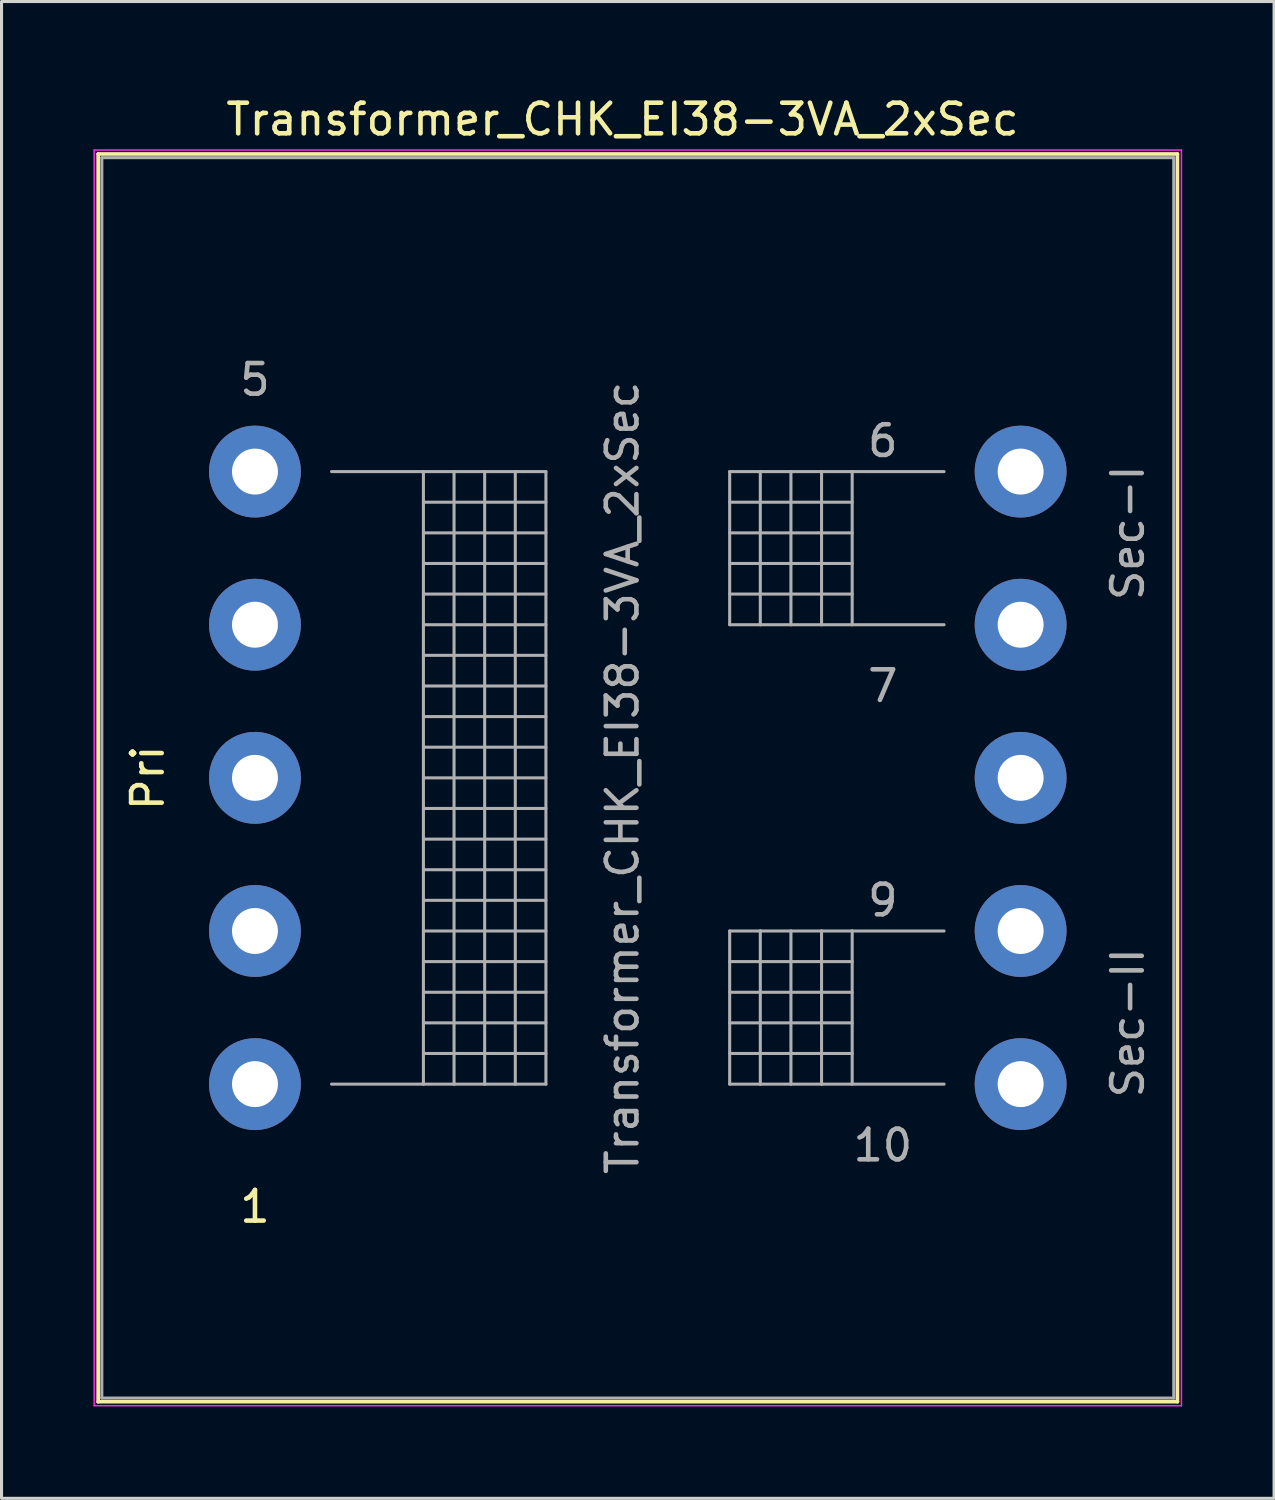
<source format=kicad_pcb>
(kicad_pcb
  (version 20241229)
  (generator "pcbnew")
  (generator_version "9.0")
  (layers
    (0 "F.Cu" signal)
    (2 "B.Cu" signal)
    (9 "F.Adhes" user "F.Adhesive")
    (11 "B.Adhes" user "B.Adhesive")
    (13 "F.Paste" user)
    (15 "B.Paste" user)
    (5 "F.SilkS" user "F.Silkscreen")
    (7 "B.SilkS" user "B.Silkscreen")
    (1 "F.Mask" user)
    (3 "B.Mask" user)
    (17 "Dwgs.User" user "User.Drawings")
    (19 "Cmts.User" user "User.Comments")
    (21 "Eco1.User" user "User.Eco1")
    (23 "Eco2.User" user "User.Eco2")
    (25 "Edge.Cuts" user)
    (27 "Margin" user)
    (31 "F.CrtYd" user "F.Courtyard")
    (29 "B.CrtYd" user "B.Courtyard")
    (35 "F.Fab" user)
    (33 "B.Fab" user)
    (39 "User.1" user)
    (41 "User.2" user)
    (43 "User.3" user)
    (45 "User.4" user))
  (footprint "Transformer_CHK_EI38-3VA_2xSec"
    (layer "F.Cu")
    (at 5.275 32.348)
    (property "Reference" "Transformer_CHK_EI38-3VA_2xSec" (at 12 -31.5 0) (layer "F.SilkS") (effects (font (size 1 1) (thickness 0.15))))
    (attr through_hole)
    (fp_line (start -5.12 -30.37) (end -5.12 10.37) (stroke (width 0.12) (type solid)) (layer "F.SilkS"))
    (fp_line (start -5.12 -30.37) (end 30.12 -30.37) (stroke (width 0.12) (type solid)) (layer "F.SilkS"))
    (fp_line (start 30.12 10.37) (end -5.12 10.37) (stroke (width 0.12) (type solid)) (layer "F.SilkS"))
    (fp_line (start 30.12 10.37) (end 30.12 -30.37) (stroke (width 0.12) (type solid)) (layer "F.SilkS"))
    (fp_line (start -5.25 -30.5) (end -5.25 10.5) (stroke (width 0.05) (type solid)) (layer "F.CrtYd"))
    (fp_line (start -5.25 -30.5) (end 30.25 -30.5) (stroke (width 0.05) (type solid)) (layer "F.CrtYd"))
    (fp_line (start 30.25 10.5) (end -5.25 10.5) (stroke (width 0.05) (type solid)) (layer "F.CrtYd"))
    (fp_line (start 30.25 10.5) (end 30.25 -30.5) (stroke (width 0.05) (type solid)) (layer "F.CrtYd"))
    (fp_line (start -5 -30.25) (end -5 10.25) (stroke (width 0.1) (type solid)) (layer "F.Fab"))
    (fp_line (start -5 10.25) (end 30 10.25) (stroke (width 0.1) (type solid)) (layer "F.Fab"))
    (fp_line (start 2.5 -20) (end 5.5 -20) (stroke (width 0.1) (type solid)) (layer "F.Fab"))
    (fp_line (start 5.5 -20) (end 5.5 0) (stroke (width 0.1) (type solid)) (layer "F.Fab"))
    (fp_line (start 5.5 -20) (end 6.5 -20) (stroke (width 0.1) (type solid)) (layer "F.Fab"))
    (fp_line (start 5.5 -19) (end 9.5 -19) (stroke (width 0.1) (type solid)) (layer "F.Fab"))
    (fp_line (start 5.5 -18) (end 9.5 -18) (stroke (width 0.1) (type solid)) (layer "F.Fab"))
    (fp_line (start 5.5 -17) (end 9.5 -17) (stroke (width 0.1) (type solid)) (layer "F.Fab"))
    (fp_line (start 5.5 -16) (end 9.5 -16) (stroke (width 0.1) (type solid)) (layer "F.Fab"))
    (fp_line (start 5.5 -15) (end 9.5 -15) (stroke (width 0.1) (type solid)) (layer "F.Fab"))
    (fp_line (start 5.5 -14) (end 9.5 -14) (stroke (width 0.1) (type solid)) (layer "F.Fab"))
    (fp_line (start 5.5 -13) (end 9.5 -13) (stroke (width 0.1) (type solid)) (layer "F.Fab"))
    (fp_line (start 5.5 -12) (end 9.5 -12) (stroke (width 0.1) (type solid)) (layer "F.Fab"))
    (fp_line (start 5.5 -11) (end 9.5 -11) (stroke (width 0.1) (type solid)) (layer "F.Fab"))
    (fp_line (start 5.5 -10) (end 9.5 -10) (stroke (width 0.1) (type solid)) (layer "F.Fab"))
    (fp_line (start 5.5 -9) (end 9.5 -9) (stroke (width 0.1) (type solid)) (layer "F.Fab"))
    (fp_line (start 5.5 -8) (end 9.5 -8) (stroke (width 0.1) (type solid)) (layer "F.Fab"))
    (fp_line (start 5.5 -7) (end 9.5 -7) (stroke (width 0.1) (type solid)) (layer "F.Fab"))
    (fp_line (start 5.5 -6) (end 9.5 -6) (stroke (width 0.1) (type solid)) (layer "F.Fab"))
    (fp_line (start 5.5 -5) (end 9.5 -5) (stroke (width 0.1) (type solid)) (layer "F.Fab"))
    (fp_line (start 5.5 -4) (end 9.5 -4) (stroke (width 0.1) (type solid)) (layer "F.Fab"))
    (fp_line (start 5.5 -3) (end 9.5 -3) (stroke (width 0.1) (type solid)) (layer "F.Fab"))
    (fp_line (start 5.5 -2) (end 9.5 -2) (stroke (width 0.1) (type solid)) (layer "F.Fab"))
    (fp_line (start 5.5 -1) (end 9.5 -1) (stroke (width 0.1) (type solid)) (layer "F.Fab"))
    (fp_line (start 5.5 0) (end 2.5 0) (stroke (width 0.1) (type solid)) (layer "F.Fab"))
    (fp_line (start 6.5 -20) (end 6.5 0) (stroke (width 0.1) (type solid)) (layer "F.Fab"))
    (fp_line (start 6.5 -20) (end 7.5 -20) (stroke (width 0.1) (type solid)) (layer "F.Fab"))
    (fp_line (start 6.5 0) (end 5.5 0) (stroke (width 0.1) (type solid)) (layer "F.Fab"))
    (fp_line (start 7.5 -20) (end 7.5 0) (stroke (width 0.1) (type solid)) (layer "F.Fab"))
    (fp_line (start 7.5 -20) (end 8.5 -20) (stroke (width 0.1) (type solid)) (layer "F.Fab"))
    (fp_line (start 7.5 0) (end 6.5 0) (stroke (width 0.1) (type solid)) (layer "F.Fab"))
    (fp_line (start 8.5 -20) (end 8.5 0) (stroke (width 0.1) (type solid)) (layer "F.Fab"))
    (fp_line (start 8.5 -20) (end 9.5 -20) (stroke (width 0.1) (type solid)) (layer "F.Fab"))
    (fp_line (start 8.5 0) (end 7.5 0) (stroke (width 0.1) (type solid)) (layer "F.Fab"))
    (fp_line (start 9.5 -20) (end 9.5 0) (stroke (width 0.1) (type solid)) (layer "F.Fab"))
    (fp_line (start 9.5 0) (end 8.5 0) (stroke (width 0.1) (type solid)) (layer "F.Fab"))
    (fp_line (start 15.5 -20) (end 15.5 -15) (stroke (width 0.1) (type solid)) (layer "F.Fab"))
    (fp_line (start 15.5 -19) (end 19.5 -19) (stroke (width 0.1) (type solid)) (layer "F.Fab"))
    (fp_line (start 15.5 -17) (end 19.5 -17) (stroke (width 0.1) (type solid)) (layer "F.Fab"))
    (fp_line (start 15.5 -15) (end 16.5 -15) (stroke (width 0.1) (type solid)) (layer "F.Fab"))
    (fp_line (start 15.5 -5) (end 15.5 0) (stroke (width 0.1) (type solid)) (layer "F.Fab"))
    (fp_line (start 15.5 -4) (end 19.5 -4) (stroke (width 0.1) (type solid)) (layer "F.Fab"))
    (fp_line (start 15.5 -3) (end 19.5 -3) (stroke (width 0.1) (type solid)) (layer "F.Fab"))
    (fp_line (start 15.5 -2) (end 19.5 -2) (stroke (width 0.1) (type solid)) (layer "F.Fab"))
    (fp_line (start 15.5 -1) (end 19.5 -1) (stroke (width 0.1) (type solid)) (layer "F.Fab"))
    (fp_line (start 15.5 0) (end 16.5 0) (stroke (width 0.1) (type solid)) (layer "F.Fab"))
    (fp_line (start 16.5 -20) (end 15.5 -20) (stroke (width 0.1) (type solid)) (layer "F.Fab"))
    (fp_line (start 16.5 -20) (end 16.5 -15) (stroke (width 0.1) (type solid)) (layer "F.Fab"))
    (fp_line (start 16.5 -15) (end 17.5 -15) (stroke (width 0.1) (type solid)) (layer "F.Fab"))
    (fp_line (start 16.5 -5) (end 15.5 -5) (stroke (width 0.1) (type solid)) (layer "F.Fab"))
    (fp_line (start 16.5 -5) (end 16.5 0) (stroke (width 0.1) (type solid)) (layer "F.Fab"))
    (fp_line (start 16.5 0) (end 17.5 0) (stroke (width 0.1) (type solid)) (layer "F.Fab"))
    (fp_line (start 17.5 -20) (end 16.5 -20) (stroke (width 0.1) (type solid)) (layer "F.Fab"))
    (fp_line (start 17.5 -20) (end 17.5 -15) (stroke (width 0.1) (type solid)) (layer "F.Fab"))
    (fp_line (start 17.5 -15) (end 18.5 -15) (stroke (width 0.1) (type solid)) (layer "F.Fab"))
    (fp_line (start 17.5 -5) (end 16.5 -5) (stroke (width 0.1) (type solid)) (layer "F.Fab"))
    (fp_line (start 17.5 -5) (end 17.5 0) (stroke (width 0.1) (type solid)) (layer "F.Fab"))
    (fp_line (start 17.5 0) (end 18.5 0) (stroke (width 0.1) (type solid)) (layer "F.Fab"))
    (fp_line (start 18.5 -20) (end 17.5 -20) (stroke (width 0.1) (type solid)) (layer "F.Fab"))
    (fp_line (start 18.5 -20) (end 18.5 -15) (stroke (width 0.1) (type solid)) (layer "F.Fab"))
    (fp_line (start 18.5 -15) (end 19.5 -15) (stroke (width 0.1) (type solid)) (layer "F.Fab"))
    (fp_line (start 18.5 -5) (end 17.5 -5) (stroke (width 0.1) (type solid)) (layer "F.Fab"))
    (fp_line (start 18.5 -5) (end 18.5 0) (stroke (width 0.1) (type solid)) (layer "F.Fab"))
    (fp_line (start 18.5 0) (end 19.5 0) (stroke (width 0.1) (type solid)) (layer "F.Fab"))
    (fp_line (start 19.5 -20) (end 18.5 -20) (stroke (width 0.1) (type solid)) (layer "F.Fab"))
    (fp_line (start 19.5 -20) (end 19.5 -15) (stroke (width 0.1) (type solid)) (layer "F.Fab"))
    (fp_line (start 19.5 -18) (end 15.5 -18) (stroke (width 0.1) (type solid)) (layer "F.Fab"))
    (fp_line (start 19.5 -16) (end 15.5 -16) (stroke (width 0.1) (type solid)) (layer "F.Fab"))
    (fp_line (start 19.5 -15) (end 22.5 -15) (stroke (width 0.1) (type solid)) (layer "F.Fab"))
    (fp_line (start 19.5 -5) (end 18.5 -5) (stroke (width 0.1) (type solid)) (layer "F.Fab"))
    (fp_line (start 19.5 -5) (end 19.5 0) (stroke (width 0.1) (type solid)) (layer "F.Fab"))
    (fp_line (start 19.5 0) (end 22.5 0) (stroke (width 0.1) (type solid)) (layer "F.Fab"))
    (fp_line (start 22.5 -20) (end 19.5 -20) (stroke (width 0.1) (type solid)) (layer "F.Fab"))
    (fp_line (start 22.5 -5) (end 19.5 -5) (stroke (width 0.1) (type solid)) (layer "F.Fab"))
    (fp_line (start 30 -30.25) (end -5 -30.25) (stroke (width 0.1) (type solid)) (layer "F.Fab"))
    (fp_line (start 30 10.25) (end 30 -30.25) (stroke (width 0.1) (type solid)) (layer "F.Fab"))
    (fp_text user "1" (at 0 4 0) (layer "F.SilkS") (effects (font (size 1 1) (thickness 0.15))))
    (fp_text user "Pri" (at -3.5 -10 90) (layer "F.SilkS") (effects (font (size 1 1) (thickness 0.15))))
    (fp_text user "Sec-I" (at 28.5 -18 90) (layer "F.Fab") (effects (font (size 1 1) (thickness 0.15))))
    (fp_text user "7" (at 20.5 -13 0) (layer "F.Fab") (effects (font (size 1 1) (thickness 0.15))))
    (fp_text user "9" (at 20.5 -6 0) (layer "F.Fab") (effects (font (size 1 1) (thickness 0.15))))
    (fp_text user "${REFERENCE}" (at 12 -10 90) (layer "F.Fab") (effects (font (size 1 1) (thickness 0.15))))
    (fp_text user "Sec-II" (at 28.5 -2 90) (layer "F.Fab") (effects (font (size 1 1) (thickness 0.15))))
    (fp_text user "10" (at 20.5 2 0) (layer "F.Fab") (effects (font (size 1 1) (thickness 0.15))))
    (fp_text user "6" (at 20.5 -21 0) (layer "F.Fab") (effects (font (size 1 1) (thickness 0.15))))
    (fp_text user "5" (at 0 -23 0) (layer "F.Fab") (effects (font (size 1 1) (thickness 0.15))))
    (pad "1" thru_hole circle (at 0 0) (size 3 3) (drill 1.5) (layers "*.Cu" "*.Mask"))
    (pad "2" thru_hole circle (at 0 -5) (size 3 3) (drill 1.5) (layers "*.Cu" "*.Mask"))
    (pad "3" thru_hole circle (at 0 -10) (size 3 3) (drill 1.5) (layers "*.Cu" "*.Mask"))
    (pad "4" thru_hole circle (at 0 -15) (size 3 3) (drill 1.5) (layers "*.Cu" "*.Mask"))
    (pad "5" thru_hole circle (at 0 -20) (size 3 3) (drill 1.5) (layers "*.Cu" "*.Mask"))
    (pad "6" thru_hole circle (at 25 -20) (size 3 3) (drill 1.5) (layers "*.Cu" "*.Mask"))
    (pad "7" thru_hole circle (at 25 -15) (size 3 3) (drill 1.5) (layers "*.Cu" "*.Mask"))
    (pad "8" thru_hole circle (at 25 -10) (size 3 3) (drill 1.5) (layers "*.Cu" "*.Mask"))
    (pad "9" thru_hole circle (at 25 -5) (size 3 3) (drill 1.5) (layers "*.Cu" "*.Mask"))
    (pad "10" thru_hole circle (at 25 0) (size 3 3) (drill 1.5) (layers "*.Cu" "*.Mask")))
  (gr_rect
    (start -3 -3)
    (end 38.55 45.873)
    (stroke (width 0.1) (type default))
    (fill no)
    (layer "Edge.Cuts")))
</source>
